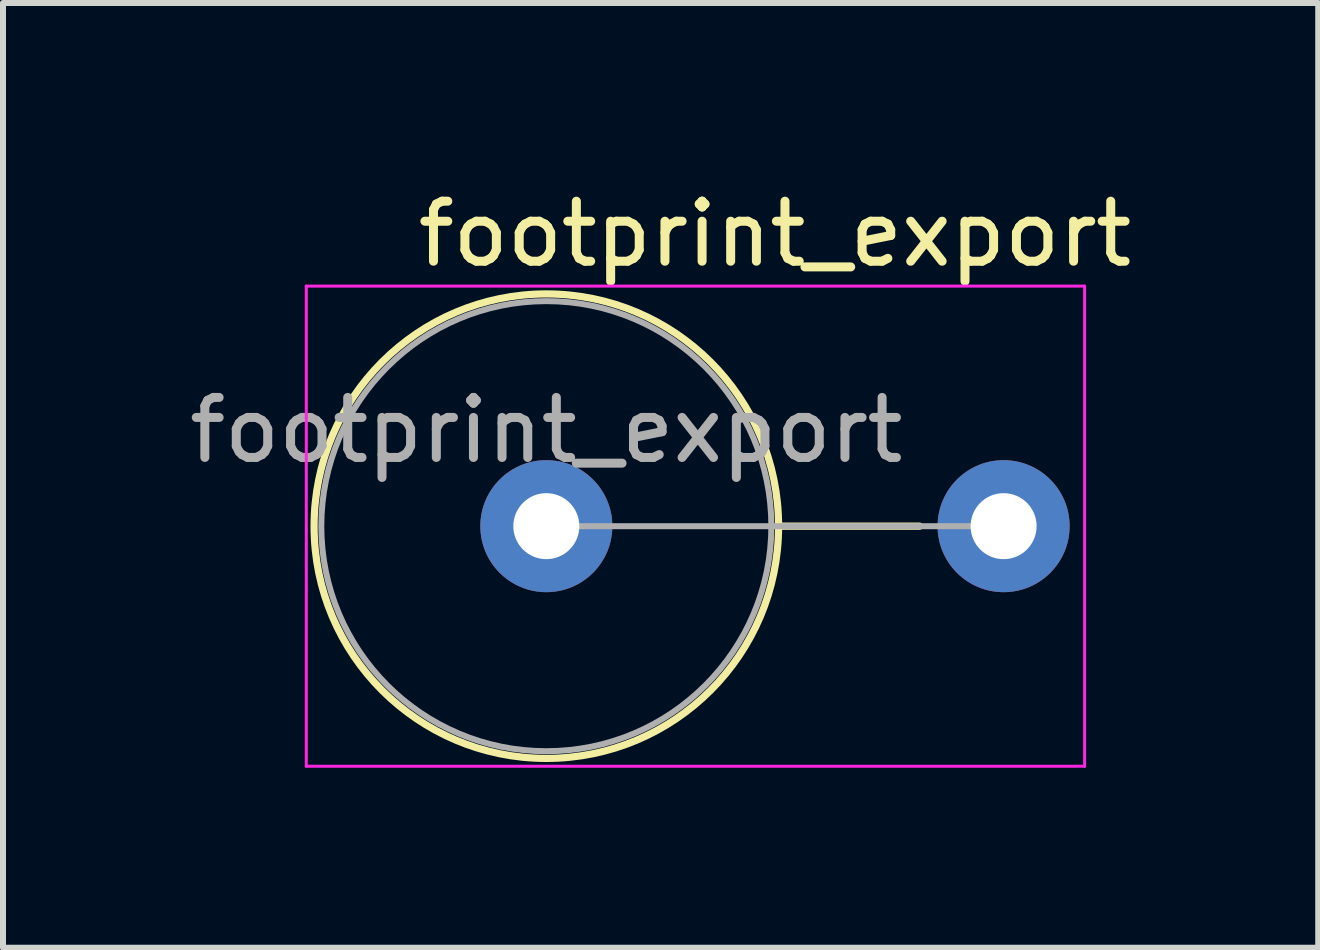
<source format=kicad_pcb>
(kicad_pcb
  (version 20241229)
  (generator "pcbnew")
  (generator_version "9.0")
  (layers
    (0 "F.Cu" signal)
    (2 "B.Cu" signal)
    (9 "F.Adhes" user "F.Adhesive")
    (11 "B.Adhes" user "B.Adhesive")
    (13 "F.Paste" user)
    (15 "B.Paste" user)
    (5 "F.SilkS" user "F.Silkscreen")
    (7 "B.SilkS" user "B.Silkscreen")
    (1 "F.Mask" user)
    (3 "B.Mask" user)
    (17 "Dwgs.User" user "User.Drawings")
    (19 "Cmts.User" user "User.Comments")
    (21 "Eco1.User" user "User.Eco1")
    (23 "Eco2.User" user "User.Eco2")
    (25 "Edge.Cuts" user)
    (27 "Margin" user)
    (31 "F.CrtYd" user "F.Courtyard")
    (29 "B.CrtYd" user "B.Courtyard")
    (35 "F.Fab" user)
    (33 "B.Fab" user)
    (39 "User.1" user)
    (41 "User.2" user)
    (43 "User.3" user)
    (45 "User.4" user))
  (footprint "footprint_export"
    (layer "F.Cu")
    (at 6.054 5.718)
    (property "Reference" "footprint_export" (at 3.81 -4.87 0) (layer "F.SilkS") (effects (font (size 1 1) (thickness 0.15))))
    (attr through_hole)
    (fp_line (start 3.87 0) (end 6.22 0) (stroke (width 0.12) (type solid)) (layer "F.SilkS"))
    (fp_circle (center 0 0) (end 3.87 0) (stroke (width 0.12) (type solid)) (fill no) (layer "F.SilkS"))
    (fp_line (start -4 -4) (end -4 4) (stroke (width 0.05) (type solid)) (layer "F.CrtYd"))
    (fp_line (start -4 4) (end 8.97 4) (stroke (width 0.05) (type solid)) (layer "F.CrtYd"))
    (fp_line (start 8.97 -4) (end -4 -4) (stroke (width 0.05) (type solid)) (layer "F.CrtYd"))
    (fp_line (start 8.97 4) (end 8.97 -4) (stroke (width 0.05) (type solid)) (layer "F.CrtYd"))
    (fp_line (start 0 0) (end 7.62 0) (stroke (width 0.1) (type solid)) (layer "F.Fab"))
    (fp_circle (center 0 0) (end 3.75 0) (stroke (width 0.1) (type solid)) (fill no) (layer "F.Fab"))
    (fp_text user "${REFERENCE}" (at 0 -1.6 0) (layer "F.Fab") (effects (font (size 1 1) (thickness 0.15))))
    (pad "1" thru_hole circle (at 0 0) (size 2.2 2.2) (drill 1.1) (layers "*.Cu" "*.Mask"))
    (pad "2" thru_hole oval (at 7.62 0) (size 2.2 2.2) (drill 1.1) (layers "*.Cu" "*.Mask")))
  (gr_rect
    (start -3 -3)
    (end 18.917 12.743)
    (stroke (width 0.1) (type default))
    (fill no)
    (layer "Edge.Cuts")))
</source>
